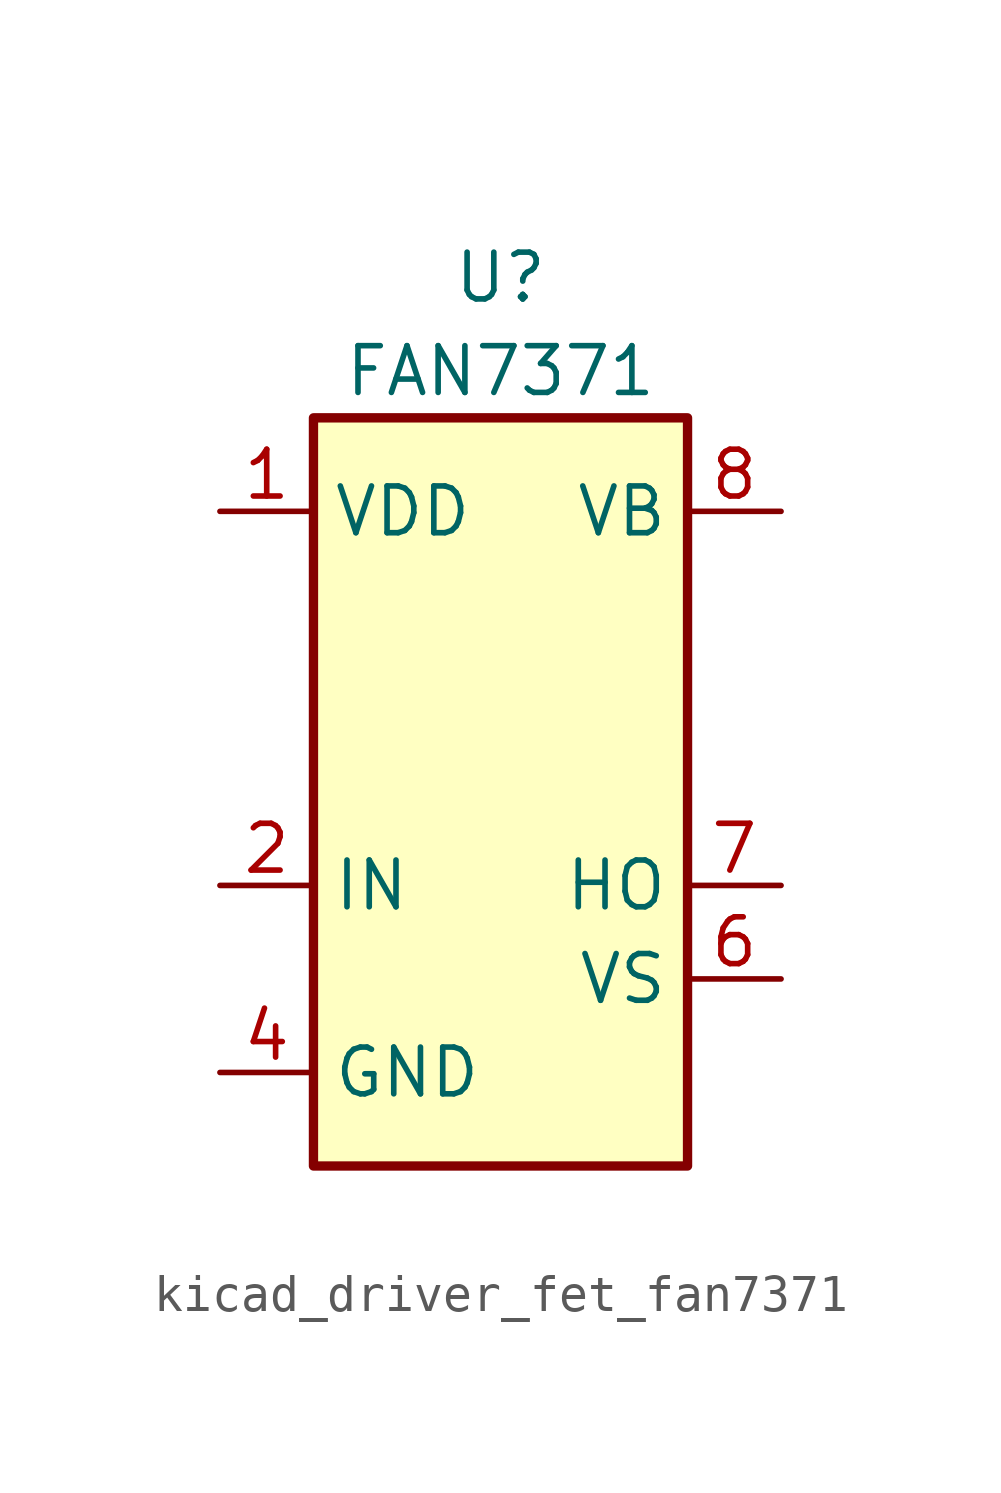
<source format=kicad_sym>
(kicad_symbol_lib
  (version 20220914)
  (generator kicad_symbol_editor)
  (symbol "kicad_driver_fet_fan7371"
    (property "Reference" "U"
      (at 0 13.97 0)
      (effects (font (size 1.27 1.27))))
    (property "Value" "FAN7371"
      (at 0 11.43 0)
      (effects (font (size 1.27 1.27))))
    (symbol "kicad_driver_fet_fan7371_0_1"
      (rectangle (start -5.08 10.16) (end 5.08 -10.16) (stroke (width 0.254) (type default)) (fill (type background))))
    (symbol "kicad_driver_fet_fan7371_1_1"
      (pin power_in line (at -7.62 7.62 0) (length 2.54) (name "VDD" (effects (font (size 1.27 1.27)))) (number "1" (effects (font (size 1.27 1.27)))))
      (pin input line (at -7.62 -2.54 0) (length 2.54) (name "IN" (effects (font (size 1.27 1.27)))) (number "2" (effects (font (size 1.27 1.27)))))
      (pin no_connect line (at -5.08 -5.08 0) (length 2.54) hide (name "NC" (effects (font (size 1.27 1.27)))) (number "3" (effects (font (size 1.27 1.27)))))
      (pin power_in line (at -7.62 -7.62 0) (length 2.54) (name "GND" (effects (font (size 1.27 1.27)))) (number "4" (effects (font (size 1.27 1.27)))))
      (pin no_connect line (at 5.08 -7.62 180) (length 2.54) hide (name "NC" (effects (font (size 1.27 1.27)))) (number "5" (effects (font (size 1.27 1.27)))))
      (pin passive line (at 7.62 -5.08 180) (length 2.54) (name "VS" (effects (font (size 1.27 1.27)))) (number "6" (effects (font (size 1.27 1.27)))))
      (pin output line (at 7.62 -2.54 180) (length 2.54) (name "HO" (effects (font (size 1.27 1.27)))) (number "7" (effects (font (size 1.27 1.27)))))
      (pin passive line (at 7.62 7.62 180) (length 2.54) (name "VB" (effects (font (size 1.27 1.27)))) (number "8" (effects (font (size 1.27 1.27))))))))
</source>
